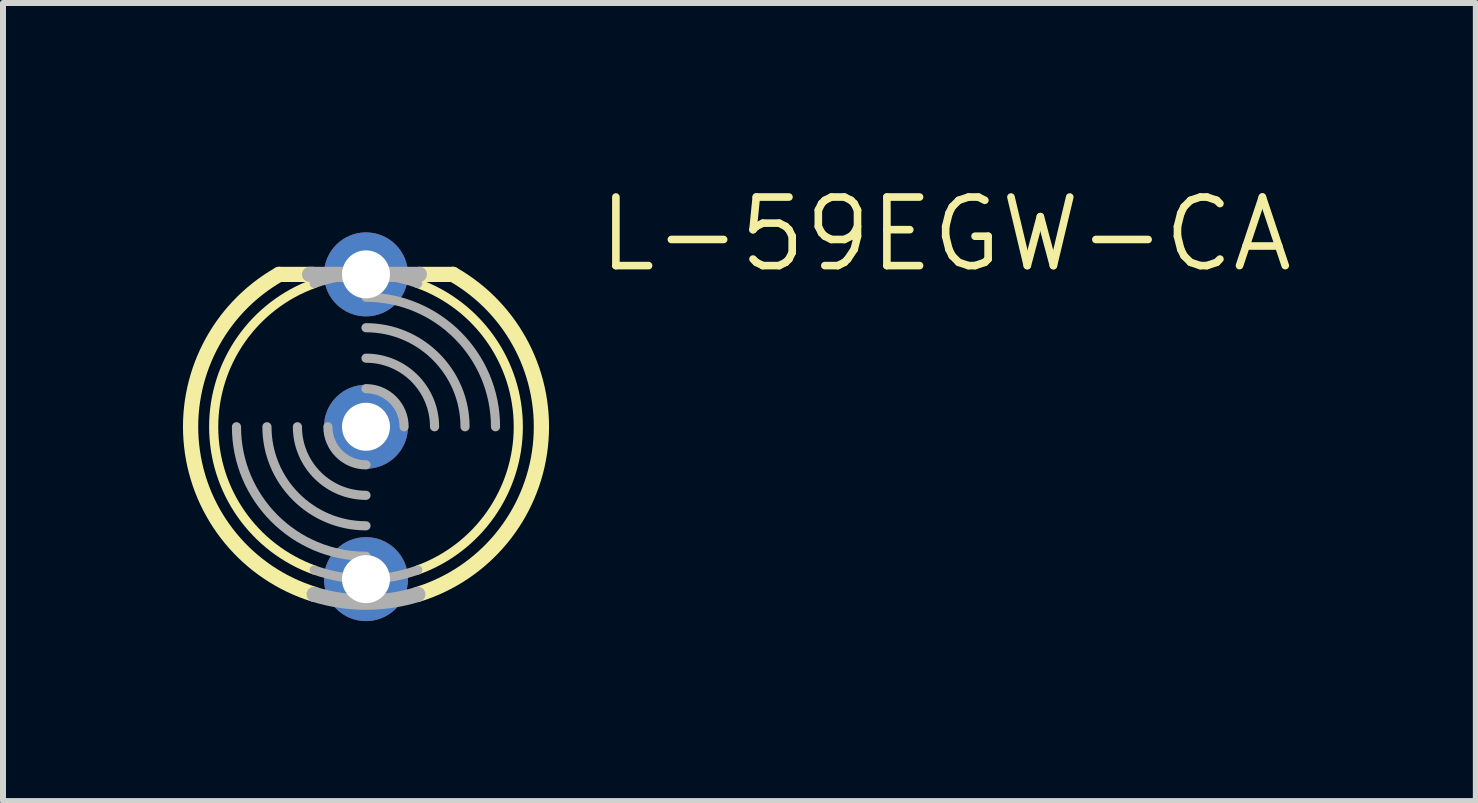
<source format=kicad_pcb>
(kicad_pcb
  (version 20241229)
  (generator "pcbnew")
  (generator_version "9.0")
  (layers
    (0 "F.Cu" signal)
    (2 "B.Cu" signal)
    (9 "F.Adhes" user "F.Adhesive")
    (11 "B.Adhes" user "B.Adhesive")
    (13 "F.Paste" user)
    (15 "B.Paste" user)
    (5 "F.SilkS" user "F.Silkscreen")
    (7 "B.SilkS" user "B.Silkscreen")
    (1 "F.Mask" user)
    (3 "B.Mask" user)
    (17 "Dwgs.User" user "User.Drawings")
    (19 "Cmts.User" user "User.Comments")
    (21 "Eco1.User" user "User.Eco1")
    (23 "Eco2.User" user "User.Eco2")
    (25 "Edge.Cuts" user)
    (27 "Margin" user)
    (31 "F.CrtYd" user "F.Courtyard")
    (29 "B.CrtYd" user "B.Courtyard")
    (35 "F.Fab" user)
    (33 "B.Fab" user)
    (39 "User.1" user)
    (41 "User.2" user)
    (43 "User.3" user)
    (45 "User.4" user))
  (footprint "L-59EGW-CA"
    (layer "F.Cu")
    (at 3.051 4.064)
    (property "Reference" "L-59EGW-CA" (at 3.81 -2.54 0) (layer "F.SilkS") (effects (font (size 1.143 1.143) (thickness 0.127)) (justify left bottom)))
    (fp_line (start -1.448 -2.54) (end -0.889 -2.54) (stroke (width 0.254) (type solid)) (layer "F.SilkS"))
    (fp_line (start 0.889 -2.54) (end 1.448 -2.54) (stroke (width 0.254) (type solid)) (layer "F.SilkS"))
    (fp_arc (start -0.8636 2.3876) (mid -2.538984 0) (end -0.8636 -2.3876) (stroke (width 0.1524) (type solid)) (layer "F.SilkS"))
    (fp_arc (start -0.8634 2.7933) (mid -2.906455 0.3185) (end -1.447798 -2.540001) (stroke (width 0.254) (type solid)) (layer "F.SilkS"))
    (fp_arc (start 0.8636 -2.3876) (mid 2.538984 0) (end 0.8636 2.3876) (stroke (width 0.1524) (type solid)) (layer "F.SilkS"))
    (fp_arc (start 1.448201 -2.540698) (mid 2.906916 0.318535) (end 0.8636 2.794) (stroke (width 0.254) (type solid)) (layer "F.SilkS"))
    (fp_line (start -0.94 -2.54) (end 0.889 -2.54) (stroke (width 0.254) (type solid)) (layer "F.Fab"))
    (fp_arc (start -0.8636 -2.3876) (mid 0 -2.538984) (end 0.8636 -2.3876) (stroke (width 0.1524) (type solid)) (layer "F.Fab"))
    (fp_arc (start 0 -2.159) (mid 1.526644 -1.526644) (end 2.159 0) (stroke (width 0.1524) (type solid)) (layer "F.Fab"))
    (fp_arc (start 0 -1.651) (mid 1.167433 -1.167433) (end 1.651 0) (stroke (width 0.1524) (type solid)) (layer "F.Fab"))
    (fp_arc (start 0 -1.143) (mid 0.808223 -0.808223) (end 1.143 0) (stroke (width 0.1524) (type solid)) (layer "F.Fab"))
    (fp_arc (start 0 -0.635) (mid 0.449013 -0.449013) (end 0.635 0) (stroke (width 0.1524) (type solid)) (layer "F.Fab"))
    (fp_arc (start 0 0.635) (mid -0.449013 0.449013) (end -0.635 0) (stroke (width 0.1524) (type solid)) (layer "F.Fab"))
    (fp_arc (start 0 1.143) (mid -0.808223 0.808223) (end -1.143 0) (stroke (width 0.1524) (type solid)) (layer "F.Fab"))
    (fp_arc (start 0 1.651) (mid -1.167433 1.167433) (end -1.651 0) (stroke (width 0.1524) (type solid)) (layer "F.Fab"))
    (fp_arc (start 0 2.159) (mid -1.526644 1.526644) (end -2.159 0) (stroke (width 0.1524) (type solid)) (layer "F.Fab"))
    (fp_arc (start 0.8636 2.3876) (mid 0 2.538984) (end -0.8636 2.3876) (stroke (width 0.1524) (type solid)) (layer "F.Fab"))
    (fp_arc (start 0.8636 2.794) (mid 0 2.924421) (end -0.8636 2.794) (stroke (width 0.254) (type solid)) (layer "F.Fab"))
    (pad "1" thru_hole circle (at 0 -2.54 90) (size 1.4 1.4) (drill 0.8) (layers "*.Cu" "*.Mask"))
    (pad "2" thru_hole circle (at 0 0 90) (size 1.4 1.4) (drill 0.8) (layers "*.Cu" "*.Mask"))
    (pad "3" thru_hole circle (at 0 2.54 90) (size 1.4 1.4) (drill 0.8) (layers "*.Cu" "*.Mask")))
  (gr_rect
    (start -3 -3)
    (end 21.552 10.304)
    (stroke (width 0.1) (type default))
    (fill no)
    (layer "Edge.Cuts")))
</source>
